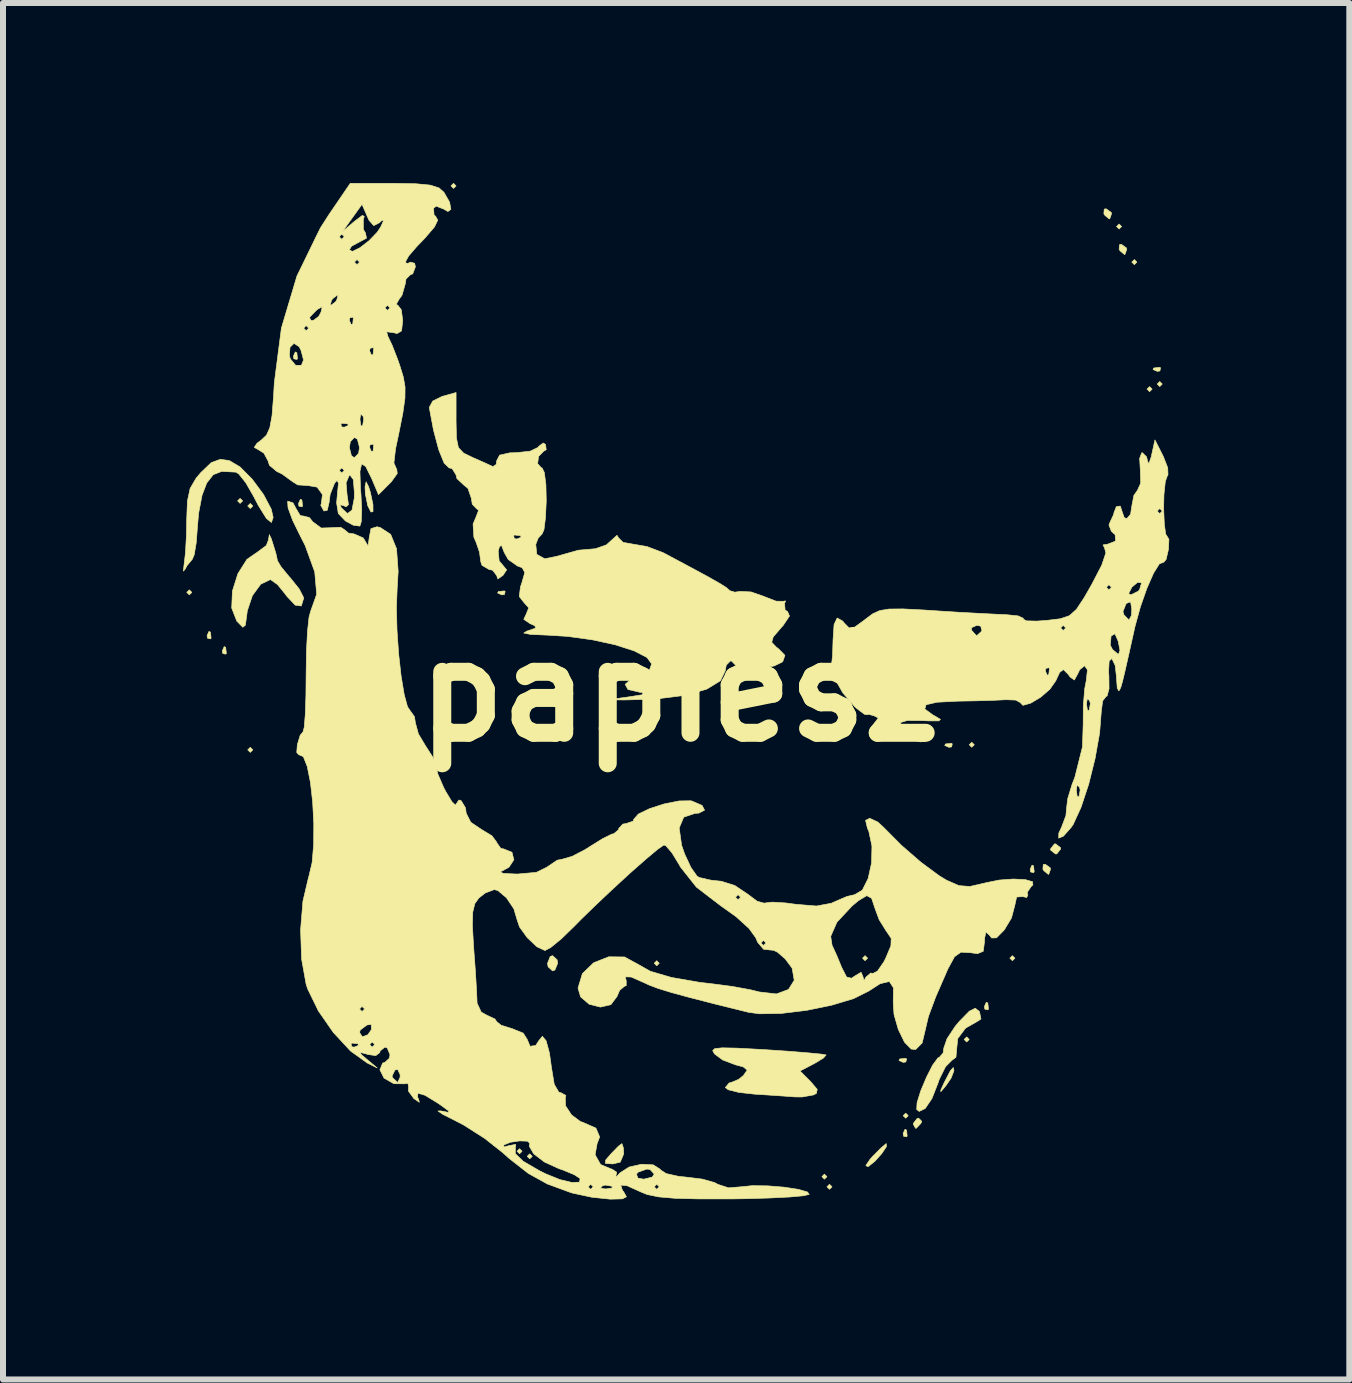
<source format=kicad_pcb>
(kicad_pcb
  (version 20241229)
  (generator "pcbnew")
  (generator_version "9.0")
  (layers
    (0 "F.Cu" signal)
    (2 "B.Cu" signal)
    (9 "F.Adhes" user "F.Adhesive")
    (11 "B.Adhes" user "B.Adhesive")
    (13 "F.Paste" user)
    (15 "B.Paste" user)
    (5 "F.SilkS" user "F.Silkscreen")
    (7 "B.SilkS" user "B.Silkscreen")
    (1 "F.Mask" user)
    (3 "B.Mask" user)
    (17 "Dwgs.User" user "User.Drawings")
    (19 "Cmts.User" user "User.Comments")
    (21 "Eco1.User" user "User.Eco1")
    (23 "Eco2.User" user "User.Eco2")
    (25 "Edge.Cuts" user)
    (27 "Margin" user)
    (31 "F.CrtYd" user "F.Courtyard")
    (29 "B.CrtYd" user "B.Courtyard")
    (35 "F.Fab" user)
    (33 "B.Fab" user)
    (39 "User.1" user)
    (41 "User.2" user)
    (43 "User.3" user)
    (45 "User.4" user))
  (footprint "papiesz"
    (layer "F.Cu")
    (at 8.275 8.472)
    (property "Reference" "papiesz" (at 0 0 0) (layer "F.SilkS") (effects (font (size 1.524 1.524) (thickness 0.3))))
    (attr through_hole)
    (fp_poly (pts (xy -8.128 -1.651) (xy -8.17 -1.609) (xy -8.213 -1.651) (xy -8.17 -1.693) (xy -8.128 -1.651)) (stroke (width 0.01) (type solid)) (fill yes) (layer "F.SilkS"))
    (fp_poly (pts (xy -7.281 -3.175) (xy -7.324 -3.133) (xy -7.366 -3.175) (xy -7.324 -3.217) (xy -7.281 -3.175)) (stroke (width 0.01) (type solid)) (fill yes) (layer "F.SilkS"))
    (fp_poly (pts (xy -7.112 -3.09) (xy -7.154 -3.048) (xy -7.197 -3.09) (xy -7.154 -3.133) (xy -7.112 -3.09)) (stroke (width 0.01) (type solid)) (fill yes) (layer "F.SilkS"))
    (fp_poly (pts (xy -7.112 0.974) (xy -7.154 1.016) (xy -7.197 0.974) (xy -7.154 0.931) (xy -7.112 0.974)) (stroke (width 0.01) (type solid)) (fill yes) (layer "F.SilkS"))
    (fp_poly (pts (xy -3.725 -8.424) (xy -3.768 -8.382) (xy -3.81 -8.424) (xy -3.768 -8.467) (xy -3.725 -8.424)) (stroke (width 0.01) (type solid)) (fill yes) (layer "F.SilkS"))
    (fp_poly (pts (xy -2.625 7.662) (xy -2.667 7.705) (xy -2.709 7.662) (xy -2.667 7.62) (xy -2.625 7.662)) (stroke (width 0.01) (type solid)) (fill yes) (layer "F.SilkS"))
    (fp_poly (pts (xy -2.455 7.747) (xy -2.498 7.789) (xy -2.54 7.747) (xy -2.498 7.705) (xy -2.455 7.747)) (stroke (width 0.01) (type solid)) (fill yes) (layer "F.SilkS"))
    (fp_poly (pts (xy -0.339 4.53) (xy -0.381 4.572) (xy -0.423 4.53) (xy -0.381 4.487) (xy -0.339 4.53)) (stroke (width 0.01) (type solid)) (fill yes) (layer "F.SilkS"))
    (fp_poly (pts (xy 2.371 -0.381) (xy 2.328 -0.339) (xy 2.286 -0.381) (xy 2.328 -0.423) (xy 2.371 -0.381)) (stroke (width 0.01) (type solid)) (fill yes) (layer "F.SilkS"))
    (fp_poly (pts (xy 2.455 8.086) (xy 2.413 8.128) (xy 2.371 8.086) (xy 2.413 8.043) (xy 2.455 8.086)) (stroke (width 0.01) (type solid)) (fill yes) (layer "F.SilkS"))
    (fp_poly (pts (xy 2.54 8.255) (xy 2.498 8.297) (xy 2.455 8.255) (xy 2.498 8.213) (xy 2.54 8.255)) (stroke (width 0.01) (type solid)) (fill yes) (layer "F.SilkS"))
    (fp_poly (pts (xy 3.133 4.445) (xy 3.09 4.487) (xy 3.048 4.445) (xy 3.09 4.403) (xy 3.133 4.445)) (stroke (width 0.01) (type solid)) (fill yes) (layer "F.SilkS"))
    (fp_poly (pts (xy 3.81 7.07) (xy 3.768 7.112) (xy 3.725 7.07) (xy 3.768 7.027) (xy 3.81 7.07)) (stroke (width 0.01) (type solid)) (fill yes) (layer "F.SilkS"))
    (fp_poly (pts (xy 4.826 5.8) (xy 4.784 5.842) (xy 4.741 5.8) (xy 4.784 5.757) (xy 4.826 5.8)) (stroke (width 0.01) (type solid)) (fill yes) (layer "F.SilkS"))
    (fp_poly (pts (xy 4.911 0.889) (xy 4.868 0.931) (xy 4.826 0.889) (xy 4.868 0.847) (xy 4.911 0.889)) (stroke (width 0.01) (type solid)) (fill yes) (layer "F.SilkS"))
    (fp_poly (pts (xy 5.588 4.445) (xy 5.546 4.487) (xy 5.503 4.445) (xy 5.546 4.403) (xy 5.588 4.445)) (stroke (width 0.01) (type solid)) (fill yes) (layer "F.SilkS"))
    (fp_poly (pts (xy 7.366 -7.747) (xy 7.324 -7.705) (xy 7.281 -7.747) (xy 7.324 -7.789) (xy 7.366 -7.747)) (stroke (width 0.01) (type solid)) (fill yes) (layer "F.SilkS"))
    (fp_poly (pts (xy 7.62 -7.154) (xy 7.578 -7.112) (xy 7.535 -7.154) (xy 7.578 -7.197) (xy 7.62 -7.154)) (stroke (width 0.01) (type solid)) (fill yes) (layer "F.SilkS"))
    (fp_poly (pts (xy 7.874 -5.038) (xy 7.832 -4.995) (xy 7.789 -5.038) (xy 7.832 -5.08) (xy 7.874 -5.038)) (stroke (width 0.01) (type solid)) (fill yes) (layer "F.SilkS"))
    (fp_poly (pts (xy 8.043 -5.122) (xy 8.001 -5.08) (xy 7.959 -5.122) (xy 8.001 -5.165) (xy 8.043 -5.122)) (stroke (width 0.01) (type solid)) (fill yes) (layer "F.SilkS"))
    (fp_poly (pts (xy -7.818 -0.988) (xy -7.807 -0.887) (xy -7.818 -0.875) (xy -7.868 -0.887) (xy -7.874 -0.931) (xy -7.843 -1.001) (xy -7.818 -0.988)) (stroke (width 0.01) (type solid)) (fill yes) (layer "F.SilkS"))
    (fp_poly (pts (xy -7.564 -0.734) (xy -7.553 -0.633) (xy -7.564 -0.621) (xy -7.614 -0.633) (xy -7.62 -0.677) (xy -7.589 -0.747) (xy -7.564 -0.734)) (stroke (width 0.01) (type solid)) (fill yes) (layer "F.SilkS"))
    (fp_poly (pts (xy -6.378 -5.644) (xy -6.368 -5.544) (xy -6.378 -5.532) (xy -6.429 -5.543) (xy -6.435 -5.588) (xy -6.404 -5.658) (xy -6.378 -5.644)) (stroke (width 0.01) (type solid)) (fill yes) (layer "F.SilkS"))
    (fp_poly (pts (xy -6.294 -3.189) (xy -6.283 -3.089) (xy -6.294 -3.076) (xy -6.344 -3.088) (xy -6.35 -3.133) (xy -6.319 -3.202) (xy -6.294 -3.189)) (stroke (width 0.01) (type solid)) (fill yes) (layer "F.SilkS"))
    (fp_poly (pts (xy -2.907 -1.665) (xy -2.919 -1.615) (xy -2.963 -1.609) (xy -3.033 -1.64) (xy -3.02 -1.665) (xy -2.919 -1.675) (xy -2.907 -1.665)) (stroke (width 0.01) (type solid)) (fill yes) (layer "F.SilkS"))
    (fp_poly (pts (xy 3.782 6.124) (xy 3.77 6.175) (xy 3.725 6.181) (xy 3.656 6.15) (xy 3.669 6.124) (xy 3.769 6.114) (xy 3.782 6.124)) (stroke (width 0.01) (type solid)) (fill yes) (layer "F.SilkS"))
    (fp_poly (pts (xy 3.782 7.31) (xy 3.792 7.41) (xy 3.782 7.422) (xy 3.731 7.411) (xy 3.725 7.366) (xy 3.756 7.296) (xy 3.782 7.31)) (stroke (width 0.01) (type solid)) (fill yes) (layer "F.SilkS"))
    (fp_poly (pts (xy 4.126 0.796) (xy 4.1 0.834) (xy 4.015 0.84) (xy 3.924 0.819) (xy 3.963 0.789) (xy 4.096 0.779) (xy 4.126 0.796)) (stroke (width 0.01) (type solid)) (fill yes) (layer "F.SilkS"))
    (fp_poly (pts (xy 4.544 0.875) (xy 4.532 0.925) (xy 4.487 0.931) (xy 4.418 0.9) (xy 4.431 0.875) (xy 4.531 0.865) (xy 4.544 0.875)) (stroke (width 0.01) (type solid)) (fill yes) (layer "F.SilkS"))
    (fp_poly (pts (xy 5.136 5.193) (xy 5.147 5.293) (xy 5.136 5.306) (xy 5.086 5.294) (xy 5.08 5.249) (xy 5.111 5.18) (xy 5.136 5.193)) (stroke (width 0.01) (type solid)) (fill yes) (layer "F.SilkS"))
    (fp_poly (pts (xy 5.898 2.907) (xy 5.909 3.007) (xy 5.898 3.02) (xy 5.848 3.008) (xy 5.842 2.963) (xy 5.873 2.894) (xy 5.898 2.907)) (stroke (width 0.01) (type solid)) (fill yes) (layer "F.SilkS"))
    (fp_poly (pts (xy 8.015 -5.39) (xy 8.003 -5.34) (xy 7.959 -5.334) (xy 7.889 -5.365) (xy 7.902 -5.39) (xy 8.003 -5.401) (xy 8.015 -5.39)) (stroke (width 0.01) (type solid)) (fill yes) (layer "F.SilkS"))
    (fp_poly (pts (xy -2.042 4.471) (xy -2.032 4.53) (xy -2.078 4.642) (xy -2.117 4.657) (xy -2.192 4.588) (xy -2.201 4.53) (xy -2.156 4.417) (xy -2.117 4.403) (xy -2.042 4.471)) (stroke (width 0.01) (type solid)) (fill yes) (layer "F.SilkS"))
    (fp_poly (pts (xy 4.035 7.164) (xy 4.022 7.197) (xy 3.946 7.277) (xy 3.932 7.281) (xy 3.896 7.216) (xy 3.895 7.197) (xy 3.96 7.115) (xy 3.984 7.112) (xy 4.035 7.164)) (stroke (width 0.01) (type solid)) (fill yes) (layer "F.SilkS"))
    (fp_poly (pts (xy 4.572 6.32) (xy 4.524 6.444) (xy 4.44 6.567) (xy 4.353 6.671) (xy 4.353 6.642) (xy 4.409 6.519) (xy 4.511 6.322) (xy 4.561 6.267) (xy 4.572 6.32)) (stroke (width 0.01) (type solid)) (fill yes) (layer "F.SilkS"))
    (fp_poly (pts (xy 6.177 2.94) (xy 6.181 2.963) (xy 6.152 3.046) (xy 6.143 3.048) (xy 6.071 2.989) (xy 6.054 2.963) (xy 6.06 2.885) (xy 6.091 2.879) (xy 6.177 2.94)) (stroke (width 0.01) (type solid)) (fill yes) (layer "F.SilkS"))
    (fp_poly (pts (xy 6.348 2.604) (xy 6.35 2.625) (xy 6.286 2.707) (xy 6.265 2.709) (xy 6.183 2.645) (xy 6.181 2.625) (xy 6.245 2.542) (xy 6.265 2.54) (xy 6.348 2.604)) (stroke (width 0.01) (type solid)) (fill yes) (layer "F.SilkS"))
    (fp_poly (pts (xy 7.193 -7.982) (xy 7.197 -7.959) (xy 7.168 -7.876) (xy 7.159 -7.874) (xy 7.087 -7.933) (xy 7.07 -7.959) (xy 7.076 -8.037) (xy 7.107 -8.043) (xy 7.193 -7.982)) (stroke (width 0.01) (type solid)) (fill yes) (layer "F.SilkS"))
    (fp_poly (pts (xy 7.447 -7.389) (xy 7.451 -7.366) (xy 7.422 -7.284) (xy 7.413 -7.281) (xy 7.341 -7.341) (xy 7.324 -7.366) (xy 7.33 -7.444) (xy 7.361 -7.451) (xy 7.447 -7.389)) (stroke (width 0.01) (type solid)) (fill yes) (layer "F.SilkS"))
    (fp_poly (pts (xy -5.183 -3.413) (xy -5.152 -3.314) (xy -5.11 -3.116) (xy -5.109 -2.997) (xy -5.143 -2.989) (xy -5.197 -3.094) (xy -5.237 -3.293) (xy -5.242 -3.415) (xy -5.224 -3.493) (xy -5.183 -3.413)) (stroke (width 0.01) (type solid)) (fill yes) (layer "F.SilkS"))
    (fp_poly (pts (xy -0.937 7.607) (xy -0.931 7.705) (xy -0.989 7.844) (xy -1.114 7.874) (xy -1.238 7.865) (xy -1.232 7.809) (xy -1.143 7.705) (xy -1.021 7.58) (xy -0.961 7.535) (xy -0.937 7.607)) (stroke (width 0.01) (type solid)) (fill yes) (layer "F.SilkS"))
    (fp_poly (pts (xy 3.446 7.586) (xy 3.369 7.701) (xy 3.256 7.828) (xy 3.15 7.913) (xy 3.136 7.919) (xy 3.103 7.9) (xy 3.176 7.793) (xy 3.213 7.752) (xy 3.355 7.608) (xy 3.44 7.537) (xy 3.444 7.535) (xy 3.446 7.586)) (stroke (width 0.01) (type solid)) (fill yes) (layer "F.SilkS"))
    (fp_poly (pts (xy 4.996 5.334) (xy 4.997 5.335) (xy 5.022 5.459) (xy 4.971 5.493) (xy 4.765 5.611) (xy 4.635 5.784) (xy 4.619 5.941) (xy 4.605 6.097) (xy 4.536 6.148) (xy 4.43 6.256) (xy 4.328 6.462) (xy 4.305 6.529) (xy 4.205 6.784) (xy 4.093 6.95) (xy 3.992 6.999) (xy 3.951 6.966) (xy 3.957 6.853) (xy 4.019 6.654) (xy 4.115 6.426) (xy 4.218 6.224) (xy 4.305 6.107) (xy 4.329 6.096) (xy 4.391 6.026) (xy 4.403 5.942) (xy 4.456 5.788) (xy 4.592 5.582) (xy 4.661 5.499) (xy 4.827 5.329) (xy 4.927 5.279) (xy 4.996 5.334)) (stroke (width 0.01) (type solid)) (fill yes) (layer "F.SilkS"))
    (fp_poly (pts (xy -6.802 -2.54) (xy -6.728 -2.302) (xy -6.701 -2.178) (xy -6.643 -2.079) (xy -6.51 -1.917) (xy -6.479 -1.883) (xy -6.338 -1.706) (xy -6.267 -1.567) (xy -6.265 -1.551) (xy -6.304 -1.424) (xy -6.406 -1.438) (xy -6.548 -1.589) (xy -6.565 -1.614) (xy -6.7 -1.78) (xy -6.813 -1.861) (xy -6.824 -1.862) (xy -6.98 -1.787) (xy -7.119 -1.597) (xy -7.204 -1.343) (xy -7.211 -1.287) (xy -7.236 -1.104) (xy -7.278 -1.069) (xy -7.369 -1.161) (xy -7.38 -1.174) (xy -7.464 -1.39) (xy -7.452 -1.672) (xy -7.361 -1.962) (xy -7.21 -2.201) (xy -7.027 -2.328) (xy -6.887 -2.432) (xy -6.851 -2.525) (xy -6.837 -2.614) (xy -6.802 -2.54)) (stroke (width 0.01) (type solid)) (fill yes) (layer "F.SilkS"))
    (fp_poly (pts (xy -7.504 -3.847) (xy -7.325 -3.741) (xy -7.12 -3.534) (xy -6.933 -3.281) (xy -6.805 -3.038) (xy -6.773 -2.899) (xy -6.802 -2.815) (xy -6.886 -2.883) (xy -7.02 -3.099) (xy -7.1 -3.253) (xy -7.229 -3.477) (xy -7.345 -3.623) (xy -7.393 -3.654) (xy -7.629 -3.667) (xy -7.771 -3.612) (xy -7.88 -3.473) (xy -7.958 -3.269) (xy -8.015 -2.971) (xy -8.034 -2.753) (xy -8.055 -2.477) (xy -8.089 -2.276) (xy -8.12 -2.203) (xy -8.211 -2.093) (xy -8.243 -2.032) (xy -8.27 -2.005) (xy -8.257 -2.117) (xy -8.234 -2.315) (xy -8.218 -2.61) (xy -8.214 -2.856) (xy -8.202 -3.171) (xy -8.157 -3.382) (xy -8.058 -3.552) (xy -7.979 -3.646) (xy -7.803 -3.814) (xy -7.653 -3.868) (xy -7.504 -3.847)) (stroke (width 0.01) (type solid)) (fill yes) (layer "F.SilkS"))
    (fp_poly (pts (xy 0.95 5.944) (xy 1.327 5.964) (xy 1.443 5.971) (xy 1.829 5.997) (xy 2.147 6.023) (xy 2.363 6.044) (xy 2.442 6.058) (xy 2.397 6.109) (xy 2.249 6.199) (xy 2.239 6.204) (xy 2.007 6.325) (xy 2.182 6.5) (xy 2.293 6.631) (xy 2.28 6.699) (xy 2.23 6.724) (xy 2.042 6.758) (xy 1.919 6.757) (xy 1.734 6.743) (xy 1.453 6.724) (xy 1.249 6.711) (xy 0.987 6.682) (xy 0.811 6.638) (xy 0.762 6.6) (xy 0.827 6.523) (xy 0.853 6.519) (xy 0.983 6.465) (xy 1.064 6.399) (xy 1.126 6.31) (xy 1.06 6.256) (xy 0.937 6.224) (xy 0.719 6.142) (xy 0.581 6.04) (xy 0.551 5.985) (xy 0.586 5.952) (xy 0.711 5.939) (xy 0.95 5.944)) (stroke (width 0.01) (type solid)) (fill yes) (layer "F.SilkS"))
    (fp_poly (pts (xy -3.725 -4.499) (xy -3.719 -4.223) (xy -3.686 -4.064) (xy -3.6 -3.972) (xy -3.45 -3.899) (xy -3.248 -3.81) (xy -3.119 -3.75) (xy -3.111 -3.746) (xy -3.057 -3.782) (xy -3.048 -3.845) (xy -2.999 -3.938) (xy -2.829 -3.976) (xy -2.716 -3.979) (xy -2.489 -4.004) (xy -2.357 -4.068) (xy -2.347 -4.085) (xy -2.273 -4.14) (xy -2.234 -4.116) (xy -2.223 -4.028) (xy -2.265 -4.003) (xy -2.35 -3.916) (xy -2.366 -3.796) (xy -2.304 -3.726) (xy -2.292 -3.725) (xy -2.254 -3.648) (xy -2.228 -3.446) (xy -2.222 -3.175) (xy -2.235 -2.895) (xy -2.26 -2.696) (xy -2.291 -2.625) (xy -2.357 -2.554) (xy -2.397 -2.45) (xy -2.38 -2.284) (xy -2.248 -2.211) (xy -2.053 -2.25) (xy -1.685 -2.354) (xy -1.403 -2.378) (xy -1.22 -2.442) (xy -1.131 -2.523) (xy -1.043 -2.602) (xy -1.019 -2.561) (xy -0.943 -2.484) (xy -0.78 -2.455) (xy -0.546 -2.415) (xy -0.283 -2.316) (xy -0.251 -2.3) (xy 0.174 -2.073) (xy 0.472 -1.912) (xy 0.664 -1.803) (xy 0.773 -1.735) (xy 0.822 -1.693) (xy 0.83 -1.681) (xy 0.92 -1.654) (xy 1.01 -1.667) (xy 1.191 -1.658) (xy 1.412 -1.581) (xy 1.419 -1.577) (xy 1.608 -1.504) (xy 1.732 -1.502) (xy 1.739 -1.506) (xy 1.767 -1.507) (xy 1.749 -1.468) (xy 1.758 -1.357) (xy 1.799 -1.331) (xy 1.831 -1.257) (xy 1.726 -1.1) (xy 1.693 -1.063) (xy 1.56 -0.908) (xy 1.535 -0.819) (xy 1.611 -0.739) (xy 1.646 -0.713) (xy 1.755 -0.602) (xy 1.721 -0.503) (xy 1.706 -0.487) (xy 1.577 -0.425) (xy 1.373 -0.387) (xy 1.157 -0.375) (xy 0.989 -0.394) (xy 0.931 -0.439) (xy 0.866 -0.506) (xy 0.847 -0.508) (xy 0.777 -0.438) (xy 0.762 -0.348) (xy 0.681 -0.178) (xy 0.452 -0.038) (xy 0.092 0.065) (xy -0.378 0.124) (xy -0.593 0.134) (xy -0.919 0.142) (xy -1.087 0.141) (xy -1.104 0.131) (xy -0.981 0.109) (xy -0.847 0.091) (xy -0.613 0.054) (xy -0.542 0.03) (xy -0.628 0.016) (xy -0.663 0.014) (xy -0.861 -0.032) (xy -0.907 -0.119) (xy -0.8 -0.213) (xy -0.671 -0.255) (xy -0.504 -0.352) (xy -0.466 -0.459) (xy -0.544 -0.566) (xy -0.758 -0.676) (xy -1.072 -0.777) (xy -1.453 -0.86) (xy -1.865 -0.917) (xy -2.201 -0.938) (xy -2.483 -0.95) (xy -2.597 -0.973) (xy -2.542 -1.007) (xy -2.54 -1.007) (xy -2.4 -1.055) (xy -2.412 -1.095) (xy -2.491 -1.129) (xy -2.597 -1.201) (xy -2.557 -1.287) (xy -2.514 -1.393) (xy -2.59 -1.477) (xy -2.672 -1.582) (xy -2.652 -1.743) (xy -2.629 -1.809) (xy -2.58 -1.982) (xy -2.624 -2.062) (xy -2.701 -2.09) (xy -2.856 -2.199) (xy -2.922 -2.315) (xy -2.97 -2.439) (xy -3.004 -2.406) (xy -3.023 -2.338) (xy -3.007 -2.175) (xy -2.951 -2.109) (xy -2.882 -2.026) (xy -2.943 -1.934) (xy -3.029 -1.874) (xy -3.048 -1.93) (xy -3.116 -2.02) (xy -3.175 -2.032) (xy -3.293 -2.101) (xy -3.313 -2.159) (xy -3.335 -2.322) (xy -3.391 -2.485) (xy -3.429 -2.572) (xy -3.43 -2.596) (xy -2.766 -2.596) (xy -2.754 -2.546) (xy -2.709 -2.54) (xy -2.64 -2.571) (xy -2.653 -2.596) (xy -2.753 -2.607) (xy -2.766 -2.596) (xy -3.43 -2.596) (xy -3.442 -2.79) (xy -3.399 -2.89) (xy -3.35 -3.018) (xy -3.386 -3.048) (xy -3.455 -3.119) (xy -3.471 -3.22) (xy -3.527 -3.383) (xy -3.598 -3.441) (xy -3.711 -3.547) (xy -3.725 -3.607) (xy -3.791 -3.714) (xy -3.841 -3.725) (xy -3.924 -3.805) (xy -4.013 -4.024) (xy -4.101 -4.354) (xy -4.172 -4.733) (xy -4.114 -4.839) (xy -3.958 -4.916) (xy -3.725 -4.981) (xy -3.725 -4.499)) (stroke (width 0.01) (type solid)) (fill yes) (layer "F.SilkS"))
    (fp_poly (pts (xy 8.06 -3.917) (xy 8.134 -3.727) (xy 8.139 -3.609) (xy 8.13 -3.6) (xy 8.094 -3.499) (xy 8.071 -3.28) (xy 8.066 -3.052) (xy 8.077 -2.792) (xy 8.1 -2.622) (xy 8.126 -2.581) (xy 8.154 -2.534) (xy 8.147 -2.374) (xy 8.145 -2.362) (xy 8.107 -2.199) (xy 8.066 -2.151) (xy 8.064 -2.153) (xy 7.995 -2.126) (xy 7.898 -1.971) (xy 7.788 -1.721) (xy 7.679 -1.411) (xy 7.587 -1.076) (xy 7.579 -1.039) (xy 7.486 -0.621) (xy 7.422 -0.339) (xy 7.38 -0.165) (xy 7.353 -0.071) (xy 7.333 -0.027) (xy 7.319 -0.009) (xy 7.293 -0.055) (xy 7.281 -0.218) (xy 7.281 -0.235) (xy 7.258 -0.434) (xy 7.203 -0.547) (xy 7.202 -0.547) (xy 7.158 -0.506) (xy 7.149 -0.334) (xy 7.154 -0.256) (xy 7.156 -0.044) (xy 7.124 0.075) (xy 7.106 0.085) (xy 7.05 0.158) (xy 7.027 0.332) (xy 6.999 0.693) (xy 6.924 1.116) (xy 6.817 1.546) (xy 6.69 1.93) (xy 6.56 2.214) (xy 6.528 2.262) (xy 6.396 2.412) (xy 6.317 2.445) (xy 6.319 2.361) (xy 6.364 2.265) (xy 6.438 2.067) (xy 6.449 1.94) (xy 6.468 1.785) (xy 6.511 1.644) (xy 6.611 1.644) (xy 6.626 1.754) (xy 6.655 1.755) (xy 6.675 1.642) (xy 6.662 1.593) (xy 6.624 1.561) (xy 6.611 1.644) (xy 6.511 1.644) (xy 6.54 1.549) (xy 6.586 1.432) (xy 6.713 0.925) (xy 6.725 0.56) (xy 6.727 0.24) (xy 6.73 0.205) (xy 6.78 0.205) (xy 6.796 0.314) (xy 6.824 0.316) (xy 6.845 0.202) (xy 6.831 0.153) (xy 6.794 0.121) (xy 6.78 0.205) (xy 6.73 0.205) (xy 6.751 -0.048) (xy 6.777 -0.181) (xy 6.796 -0.36) (xy 6.749 -0.428) (xy 6.668 -0.363) (xy 6.63 -0.284) (xy 6.578 -0.19) (xy 6.51 -0.238) (xy 6.474 -0.286) (xy 6.396 -0.364) (xy 6.333 -0.317) (xy 6.268 -0.176) (xy 6.169 -0.035) (xy 6.015 0.098) (xy 5.85 0.196) (xy 5.721 0.232) (xy 5.673 0.183) (xy 5.6 0.144) (xy 5.44 0.138) (xy 5.234 0.148) (xy 4.929 0.157) (xy 4.636 0.162) (xy 4.289 0.18) (xy 4.107 0.222) (xy 4.086 0.293) (xy 4.222 0.393) (xy 4.255 0.41) (xy 4.347 0.467) (xy 4.319 0.491) (xy 4.15 0.491) (xy 4.042 0.486) (xy 3.794 0.484) (xy 3.686 0.517) (xy 3.682 0.578) (xy 3.653 0.616) (xy 3.506 0.553) (xy 3.429 0.508) (xy 3.247 0.409) (xy 3.143 0.379) (xy 3.133 0.389) (xy 3.08 0.381) (xy 2.948 0.281) (xy 2.912 0.248) (xy 2.72 0.024) (xy 2.582 -0.219) (xy 2.551 -0.339) (xy 6.096 -0.339) (xy 6.127 -0.269) (xy 6.152 -0.282) (xy 6.163 -0.383) (xy 6.152 -0.395) (xy 6.102 -0.383) (xy 6.096 -0.339) (xy 2.551 -0.339) (xy 2.529 -0.423) (xy 2.534 -0.466) (xy 2.549 -0.602) (xy 2.554 -0.768) (xy 7.177 -0.768) (xy 7.214 -0.699) (xy 7.312 -0.616) (xy 7.338 -0.683) (xy 7.309 -0.836) (xy 7.255 -0.96) (xy 7.193 -0.925) (xy 7.19 -0.92) (xy 7.177 -0.768) (xy 2.554 -0.768) (xy 2.556 -0.823) (xy 2.556 -0.847) (xy 2.574 -1.116) (xy 2.626 -1.224) (xy 2.717 -1.173) (xy 2.744 -1.14) (xy 2.824 -1.059) (xy 2.839 -1.061) (xy 4.862 -1.061) (xy 4.868 -1.016) (xy 4.941 -0.935) (xy 4.953 -0.931) (xy 5.02 -0.99) (xy 5.038 -1.016) (xy 5.026 -1.058) (xy 6.35 -1.058) (xy 6.392 -1.016) (xy 6.435 -1.058) (xy 6.392 -1.101) (xy 6.35 -1.058) (xy 5.026 -1.058) (xy 5.018 -1.088) (xy 4.953 -1.101) (xy 4.862 -1.061) (xy 2.839 -1.061) (xy 2.918 -1.072) (xy 3.079 -1.189) (xy 3.095 -1.202) (xy 3.215 -1.292) (xy 3.334 -1.347) (xy 3.49 -1.373) (xy 3.722 -1.375) (xy 4.07 -1.357) (xy 4.233 -1.346) (xy 4.643 -1.32) (xy 5.025 -1.299) (xy 5.325 -1.284) (xy 5.445 -1.279) (xy 5.64 -1.259) (xy 5.728 -1.219) (xy 5.727 -1.205) (xy 5.779 -1.176) (xy 5.955 -1.172) (xy 6.12 -1.184) (xy 6.344 -1.211) (xy 6.495 -1.262) (xy 6.572 -1.331) (xy 7.388 -1.331) (xy 7.404 -1.277) (xy 7.488 -1.19) (xy 7.53 -1.268) (xy 7.535 -1.372) (xy 7.515 -1.494) (xy 7.443 -1.466) (xy 7.441 -1.464) (xy 7.388 -1.331) (xy 6.572 -1.331) (xy 6.613 -1.368) (xy 6.742 -1.563) (xy 6.781 -1.631) (xy 7.482 -1.631) (xy 7.52 -1.609) (xy 7.644 -1.671) (xy 7.666 -1.699) (xy 7.698 -1.809) (xy 7.632 -1.818) (xy 7.537 -1.738) (xy 7.482 -1.631) (xy 6.781 -1.631) (xy 6.841 -1.736) (xy 7.112 -1.736) (xy 7.154 -1.693) (xy 7.197 -1.736) (xy 7.154 -1.778) (xy 7.112 -1.736) (xy 6.841 -1.736) (xy 6.865 -1.778) (xy 7.035 -2.105) (xy 7.103 -2.308) (xy 7.081 -2.391) (xy 7.056 -2.442) (xy 7.133 -2.454) (xy 7.264 -2.505) (xy 7.258 -2.611) (xy 7.195 -2.668) (xy 7.154 -2.773) (xy 7.173 -2.821) (xy 7.233 -2.949) (xy 7.238 -2.977) (xy 7.278 -3.08) (xy 7.344 -3.089) (xy 7.366 -3.02) (xy 7.408 -2.898) (xy 7.451 -2.879) (xy 7.515 -2.951) (xy 7.523 -3.006) (xy 7.959 -3.006) (xy 8.001 -2.963) (xy 8.043 -3.006) (xy 8.001 -3.048) (xy 7.959 -3.006) (xy 7.523 -3.006) (xy 7.535 -3.085) (xy 7.57 -3.267) (xy 7.629 -3.35) (xy 7.684 -3.471) (xy 7.677 -3.691) (xy 7.677 -3.694) (xy 7.666 -3.884) (xy 7.701 -3.977) (xy 7.71 -3.979) (xy 7.782 -3.909) (xy 7.799 -3.831) (xy 7.82 -3.797) (xy 7.859 -3.908) (xy 7.865 -3.937) (xy 7.921 -4.191) (xy 8.06 -3.917)) (stroke (width 0.01) (type solid)) (fill yes) (layer "F.SilkS"))
    (fp_poly (pts (xy -4.393 -8.46) (xy -4.153 -8.437) (xy -4.009 -8.39) (xy -3.928 -8.319) (xy -3.833 -8.154) (xy -3.811 -8.033) (xy -3.861 -7.997) (xy -3.929 -8.037) (xy -4.056 -8.087) (xy -4.1 -8.053) (xy -4.092 -7.941) (xy -4.066 -7.918) (xy -4.03 -7.854) (xy -4.084 -7.741) (xy -4.243 -7.555) (xy -4.381 -7.412) (xy -4.516 -7.255) (xy -4.572 -7.151) (xy -4.534 -7.13) (xy -4.487 -7.154) (xy -4.415 -7.135) (xy -4.403 -7.075) (xy -4.447 -6.959) (xy -4.487 -6.943) (xy -4.559 -6.873) (xy -4.572 -6.79) (xy -4.626 -6.602) (xy -4.674 -6.536) (xy -4.722 -6.451) (xy -4.695 -6.435) (xy -4.638 -6.361) (xy -4.614 -6.184) (xy -4.614 -6.182) (xy -4.633 -6.008) (xy -4.707 -5.964) (xy -4.773 -5.979) (xy -4.882 -5.993) (xy -4.86 -5.915) (xy -4.79 -5.768) (xy -4.698 -5.532) (xy -4.659 -5.419) (xy -4.603 -5.236) (xy -4.575 -5.072) (xy -4.577 -4.886) (xy -4.612 -4.637) (xy -4.682 -4.285) (xy -4.733 -4.046) (xy -4.761 -3.807) (xy -4.715 -3.702) (xy -4.713 -3.702) (xy -4.705 -3.631) (xy -4.801 -3.497) (xy -4.821 -3.476) (xy -5.018 -3.279) (xy -5.13 -3.545) (xy -5.232 -3.75) (xy -5.299 -3.791) (xy -5.327 -3.667) (xy -5.318 -3.381) (xy -5.311 -3.302) (xy -5.297 -3.027) (xy -5.305 -2.827) (xy -5.328 -2.755) (xy -5.437 -2.769) (xy -5.569 -2.841) (xy -5.687 -2.964) (xy -5.711 -3.112) (xy -5.659 -3.112) (xy -5.638 -3.061) (xy -5.536 -2.964) (xy -5.46 -3.021) (xy -5.421 -3.221) (xy -5.419 -3.307) (xy -5.437 -3.53) (xy -5.491 -3.602) (xy -5.508 -3.595) (xy -5.558 -3.476) (xy -5.542 -3.283) (xy -5.518 -3.112) (xy -5.559 -3.077) (xy -5.592 -3.093) (xy -5.659 -3.112) (xy -5.711 -3.112) (xy -5.716 -3.141) (xy -5.703 -3.282) (xy -5.685 -3.473) (xy -5.709 -3.515) (xy -5.749 -3.471) (xy -5.823 -3.285) (xy -5.841 -3.149) (xy -5.872 -3.017) (xy -5.928 -3.007) (xy -5.98 -3.103) (xy -5.97 -3.131) (xy -5.952 -3.281) (xy -6.04 -3.404) (xy -6.182 -3.429) (xy -6.364 -3.442) (xy -6.447 -3.494) (xy -6.628 -3.625) (xy -6.71 -3.664) (xy -6.733 -3.683) (xy -5.673 -3.683) (xy -5.63 -3.641) (xy -5.588 -3.683) (xy -5.63 -3.725) (xy -5.673 -3.683) (xy -6.733 -3.683) (xy -6.835 -3.768) (xy -6.858 -3.841) (xy -6.927 -3.97) (xy -7 -4.016) (xy -7.082 -4.064) (xy -5.503 -4.064) (xy -5.468 -3.926) (xy -5.419 -3.895) (xy -5.35 -3.966) (xy -5.334 -4.064) (xy -5.165 -4.064) (xy -5.134 -3.994) (xy -5.108 -4.008) (xy -5.098 -4.108) (xy -5.108 -4.12) (xy -5.159 -4.109) (xy -5.165 -4.064) (xy -5.334 -4.064) (xy -5.369 -4.202) (xy -5.419 -4.233) (xy -5.487 -4.162) (xy -5.503 -4.064) (xy -7.082 -4.064) (xy -7.088 -4.067) (xy -7.042 -4.136) (xy -6.967 -4.192) (xy -6.884 -4.271) (xy -6.829 -4.393) (xy -6.817 -4.459) (xy -5.644 -4.459) (xy -5.633 -4.409) (xy -5.588 -4.403) (xy -5.518 -4.434) (xy -5.532 -4.459) (xy -5.632 -4.469) (xy -5.644 -4.459) (xy -6.817 -4.459) (xy -6.802 -4.537) (xy -5.327 -4.537) (xy -5.312 -4.427) (xy -5.283 -4.426) (xy -5.263 -4.539) (xy -5.276 -4.588) (xy -5.314 -4.62) (xy -5.327 -4.537) (xy -6.802 -4.537) (xy -6.792 -4.594) (xy -6.767 -4.909) (xy -6.754 -5.141) (xy -6.695 -5.599) (xy -6.503 -5.599) (xy -6.487 -5.542) (xy -6.399 -5.435) (xy -6.302 -5.435) (xy -6.267 -5.524) (xy -6.306 -5.673) (xy -5.165 -5.673) (xy -5.134 -5.603) (xy -5.108 -5.616) (xy -5.098 -5.717) (xy -5.108 -5.729) (xy -5.159 -5.717) (xy -5.165 -5.673) (xy -6.306 -5.673) (xy -6.311 -5.688) (xy -6.341 -5.745) (xy -6.426 -5.8) (xy -6.492 -5.735) (xy -6.503 -5.599) (xy -6.695 -5.599) (xy -6.636 -6.052) (xy -6.636 -6.054) (xy -6.265 -6.054) (xy -6.223 -6.011) (xy -6.181 -6.054) (xy -6.223 -6.096) (xy -6.265 -6.054) (xy -6.636 -6.054) (xy -6.583 -6.232) (xy -6.169 -6.232) (xy -6.142 -6.183) (xy -6.105 -6.181) (xy -5.503 -6.181) (xy -5.472 -6.111) (xy -5.447 -6.124) (xy -5.437 -6.225) (xy -5.447 -6.237) (xy -5.497 -6.225) (xy -5.503 -6.181) (xy -6.105 -6.181) (xy -6.014 -6.249) (xy -5.976 -6.32) (xy -5.959 -6.392) (xy -4.911 -6.392) (xy -4.868 -6.35) (xy -4.826 -6.392) (xy -4.868 -6.435) (xy -4.911 -6.392) (xy -5.959 -6.392) (xy -5.954 -6.411) (xy -6.027 -6.372) (xy -6.052 -6.352) (xy -6.169 -6.232) (xy -6.583 -6.232) (xy -6.521 -6.44) (xy -5.821 -6.44) (xy -5.81 -6.435) (xy -5.732 -6.494) (xy -5.715 -6.519) (xy -5.693 -6.598) (xy -5.705 -6.604) (xy -5.782 -6.544) (xy -5.8 -6.519) (xy -5.821 -6.44) (xy -6.521 -6.44) (xy -6.376 -6.925) (xy -6.264 -7.154) (xy -5.419 -7.154) (xy -5.376 -7.112) (xy -5.334 -7.154) (xy -5.376 -7.197) (xy -5.419 -7.154) (xy -6.264 -7.154) (xy -6.058 -7.578) (xy -5.673 -7.578) (xy -5.63 -7.535) (xy -5.588 -7.578) (xy -5.63 -7.62) (xy -5.673 -7.578) (xy -6.058 -7.578) (xy -6.016 -7.662) (xy -5.619 -7.662) (xy -5.42 -7.832) (xy -5.288 -7.932) (xy -5.255 -7.917) (xy -5.271 -7.863) (xy -5.27 -7.699) (xy -5.234 -7.639) (xy -5.218 -7.552) (xy -5.325 -7.496) (xy -5.467 -7.419) (xy -5.503 -7.358) (xy -5.452 -7.332) (xy -5.327 -7.394) (xy -5.174 -7.512) (xy -5.038 -7.654) (xy -4.982 -7.738) (xy -4.929 -7.855) (xy -4.967 -7.843) (xy -5.002 -7.811) (xy -5.097 -7.762) (xy -5.175 -7.85) (xy -5.203 -7.911) (xy -5.292 -8.117) (xy -5.455 -7.89) (xy -5.619 -7.662) (xy -6.016 -7.662) (xy -5.986 -7.724) (xy -5.843 -7.947) (xy -5.488 -8.467) (xy -4.764 -8.467) (xy -4.393 -8.46)) (stroke (width 0.01) (type solid)) (fill yes) (layer "F.SilkS"))
    (fp_poly (pts (xy -6.443 -3.143) (xy -6.392 -3.048) (xy -6.321 -2.93) (xy -6.264 -2.922) (xy -6.17 -2.898) (xy -6.112 -2.826) (xy -5.972 -2.723) (xy -5.811 -2.728) (xy -5.648 -2.736) (xy -5.588 -2.698) (xy -5.517 -2.638) (xy -5.425 -2.625) (xy -5.272 -2.558) (xy -5.223 -2.477) (xy -5.193 -2.424) (xy -5.175 -2.537) (xy -5.174 -2.553) (xy -5.143 -2.713) (xy -5.044 -2.744) (xy -4.989 -2.732) (xy -4.815 -2.618) (xy -4.717 -2.377) (xy -4.69 -2) (xy -4.707 -1.709) (xy -4.719 -1.389) (xy -4.709 -1.015) (xy -4.682 -0.625) (xy -4.641 -0.258) (xy -4.59 0.049) (xy -4.534 0.256) (xy -4.487 0.325) (xy -4.418 0.421) (xy -4.403 0.523) (xy -4.352 0.709) (xy -4.233 0.908) (xy -4.114 1.093) (xy -4.064 1.238) (xy -4.064 1.239) (xy -4.026 1.383) (xy -3.932 1.6) (xy -3.895 1.671) (xy -3.794 1.838) (xy -3.733 1.896) (xy -3.725 1.878) (xy -3.678 1.809) (xy -3.641 1.82) (xy -3.568 1.94) (xy -3.556 2.03) (xy -3.48 2.18) (xy -3.302 2.3) (xy -3.127 2.406) (xy -3.048 2.512) (xy -3.048 2.518) (xy -2.981 2.614) (xy -2.93 2.625) (xy -2.793 2.681) (xy -2.762 2.806) (xy -2.844 2.93) (xy -2.901 2.961) (xy -2.987 3.007) (xy -2.94 3.032) (xy -2.743 3.042) (xy -2.699 3.043) (xy -2.387 3.015) (xy -2.206 2.926) (xy -2.201 2.921) (xy -2.041 2.813) (xy -1.949 2.794) (xy -1.791 2.748) (xy -1.571 2.634) (xy -1.49 2.582) (xy -1.283 2.453) (xy -1.13 2.378) (xy -1.097 2.371) (xy -1.018 2.306) (xy -1.016 2.286) (xy -0.947 2.211) (xy -0.889 2.201) (xy -0.776 2.162) (xy -0.762 2.128) (xy -0.687 2.043) (xy -0.5 1.953) (xy -0.255 1.874) (xy -0.008 1.825) (xy 0.186 1.822) (xy 0.203 1.826) (xy 0.374 1.899) (xy 0.416 1.978) (xy 0.32 2.028) (xy 0.257 2.032) (xy 0.069 2.095) (xy -0.007 2.275) (xy 0.033 2.562) (xy 0.084 2.709) (xy 0.189 2.934) (xy 0.289 3.076) (xy 0.328 3.101) (xy 0.435 3.124) (xy 0.445 3.129) (xy 0.535 3.147) (xy 0.694 3.163) (xy 0.918 3.233) (xy 1.133 3.377) (xy 1.294 3.497) (xy 1.412 3.529) (xy 1.42 3.526) (xy 1.542 3.511) (xy 1.77 3.525) (xy 1.935 3.547) (xy 2.28 3.576) (xy 2.528 3.53) (xy 2.593 3.501) (xy 2.787 3.417) (xy 2.917 3.387) (xy 3.045 3.311) (xy 3.142 3.117) (xy 3.199 2.856) (xy 3.205 2.577) (xy 3.153 2.33) (xy 3.13 2.28) (xy 3.099 2.149) (xy 3.169 2.114) (xy 3.302 2.176) (xy 3.399 2.265) (xy 3.694 2.562) (xy 4.022 2.847) (xy 4.327 3.072) (xy 4.449 3.146) (xy 4.654 3.236) (xy 4.837 3.25) (xy 5.087 3.193) (xy 5.096 3.19) (xy 5.327 3.143) (xy 5.562 3.126) (xy 5.761 3.136) (xy 5.882 3.171) (xy 5.887 3.227) (xy 5.862 3.246) (xy 5.793 3.348) (xy 5.803 3.392) (xy 5.784 3.434) (xy 5.719 3.419) (xy 5.616 3.426) (xy 5.585 3.568) (xy 5.53 3.776) (xy 5.41 3.975) (xy 5.281 4.106) (xy 5.2 4.109) (xy 5.16 4.059) (xy 5.104 4.01) (xy 5.083 4.111) (xy 5.081 4.168) (xy 5.06 4.33) (xy 4.965 4.37) (xy 4.847 4.354) (xy 4.689 4.345) (xy 4.581 4.421) (xy 4.474 4.618) (xy 4.468 4.631) (xy 4.267 5.092) (xy 4.146 5.418) (xy 4.103 5.602) (xy 4.042 5.858) (xy 3.934 5.967) (xy 3.86 5.96) (xy 3.748 5.846) (xy 3.644 5.632) (xy 3.573 5.384) (xy 3.56 5.188) (xy 3.563 4.938) (xy 3.495 4.834) (xy 3.342 4.87) (xy 3.15 4.994) (xy 2.899 5.119) (xy 2.534 5.229) (xy 2.114 5.315) (xy 1.693 5.366) (xy 1.328 5.372) (xy 1.148 5.347) (xy 0.583 5.207) (xy 0.159 5.098) (xy -0.149 5.014) (xy -0.365 4.947) (xy -0.515 4.89) (xy -0.589 4.855) (xy -0.806 4.759) (xy -0.905 4.756) (xy -0.889 4.826) (xy -0.89 4.904) (xy -0.916 4.911) (xy -1 4.981) (xy -1.041 5.08) (xy -1.145 5.22) (xy -1.32 5.26) (xy -1.508 5.212) (xy -1.65 5.09) (xy -1.693 4.944) (xy -1.62 4.702) (xy -1.432 4.521) (xy -1.181 4.422) (xy -0.917 4.425) (xy -0.695 4.546) (xy -0.488 4.663) (xy -0.137 4.766) (xy 0.335 4.848) (xy 0.55 4.873) (xy 0.879 4.916) (xy 1.182 4.972) (xy 1.329 5.008) (xy 1.614 5.041) (xy 1.815 4.966) (xy 1.91 4.813) (xy 1.875 4.612) (xy 1.76 4.457) (xy 1.632 4.346) (xy 1.569 4.315) (xy 1.4 4.297) (xy 1.31 4.191) (xy 1.355 4.191) (xy 1.397 4.233) (xy 1.439 4.191) (xy 1.397 4.149) (xy 1.355 4.191) (xy 1.31 4.191) (xy 1.301 4.181) (xy 1.269 4.105) (xy 1.252 4.081) (xy 2.518 4.081) (xy 2.54 4.228) (xy 2.62 4.403) (xy 2.702 4.602) (xy 2.784 4.76) (xy 2.865 4.779) (xy 2.923 4.74) (xy 3.024 4.68) (xy 3.055 4.752) (xy 3.073 4.818) (xy 3.104 4.762) (xy 3.185 4.692) (xy 3.22 4.7) (xy 3.297 4.661) (xy 3.402 4.509) (xy 3.435 4.444) (xy 3.521 4.24) (xy 3.526 4.115) (xy 3.452 4.005) (xy 3.446 3.998) (xy 3.325 3.803) (xy 3.257 3.619) (xy 3.199 3.446) (xy 3.119 3.403) (xy 2.979 3.487) (xy 2.872 3.577) (xy 2.622 3.845) (xy 2.518 4.081) (xy 1.252 4.081) (xy 1.156 3.949) (xy 0.94 3.753) (xy 0.69 3.575) (xy 0.499 3.429) (xy 0.931 3.429) (xy 0.974 3.471) (xy 1.016 3.429) (xy 0.974 3.387) (xy 0.931 3.429) (xy 0.499 3.429) (xy 0.279 3.26) (xy 0.013 2.924) (xy -0.001 2.897) (xy -0.126 2.692) (xy -0.228 2.572) (xy -0.262 2.559) (xy -0.365 2.63) (xy -0.558 2.792) (xy -0.814 3.017) (xy -1.1 3.28) (xy -1.389 3.552) (xy -1.649 3.805) (xy -1.758 3.916) (xy -1.97 4.122) (xy -2.147 4.267) (xy -2.244 4.318) (xy -2.38 4.254) (xy -2.54 4.102) (xy -2.668 3.924) (xy -2.709 3.802) (xy -2.762 3.623) (xy -2.885 3.439) (xy -3.029 3.318) (xy -3.089 3.302) (xy -3.237 3.358) (xy -3.345 3.442) (xy -3.413 3.537) (xy -3.447 3.678) (xy -3.453 3.904) (xy -3.433 4.254) (xy -3.429 4.309) (xy -3.403 4.661) (xy -3.385 4.962) (xy -3.376 5.16) (xy -3.375 5.195) (xy -3.306 5.343) (xy -3.213 5.395) (xy -3.078 5.458) (xy -3.048 5.503) (xy -2.975 5.562) (xy -2.799 5.617) (xy -2.794 5.618) (xy -2.606 5.694) (xy -2.54 5.798) (xy -2.492 5.913) (xy -2.398 5.9) (xy -2.347 5.821) (xy -2.287 5.747) (xy -2.224 5.822) (xy -2.169 6.025) (xy -2.136 6.263) (xy -2.089 6.548) (xy -2.013 6.677) (xy -1.974 6.689) (xy -1.895 6.733) (xy -1.905 6.773) (xy -1.901 6.904) (xy -1.801 7.057) (xy -1.652 7.168) (xy -1.609 7.182) (xy -1.394 7.277) (xy -1.332 7.424) (xy -1.375 7.536) (xy -1.408 7.721) (xy -1.316 7.884) (xy -1.139 7.958) (xy -1.128 7.959) (xy -1.048 8.012) (xy -1.06 8.065) (xy -1.059 8.094) (xy -1.012 8.043) (xy -0.72 8.043) (xy -0.694 8.11) (xy -0.598 8.128) (xy -0.457 8.093) (xy -0.423 8.043) (xy -0.492 7.967) (xy -0.545 7.959) (xy -0.689 8.01) (xy -0.72 8.043) (xy -1.012 8.043) (xy -0.992 8.022) (xy -0.841 7.925) (xy -0.634 7.879) (xy -0.439 7.889) (xy -0.324 7.962) (xy -0.32 7.972) (xy -0.223 8.035) (xy -0.015 8.081) (xy 0.116 8.094) (xy 0.381 8.127) (xy 0.585 8.185) (xy 0.637 8.214) (xy 0.815 8.272) (xy 1.011 8.256) (xy 1.211 8.236) (xy 1.47 8.239) (xy 1.741 8.261) (xy 1.977 8.297) (xy 2.13 8.341) (xy 2.16 8.381) (xy 2.066 8.404) (xy 1.833 8.425) (xy 1.492 8.442) (xy 1.073 8.454) (xy 0.86 8.457) (xy 0.324 8.457) (xy -0.07 8.447) (xy -0.35 8.423) (xy -0.542 8.383) (xy -0.645 8.341) (xy -0.835 8.255) (xy -0.423 8.255) (xy -0.381 8.297) (xy -0.339 8.255) (xy -0.381 8.213) (xy -0.423 8.255) (xy -0.835 8.255) (xy -0.875 8.237) (xy -0.981 8.226) (xy -0.955 8.309) (xy -0.931 8.34) (xy -0.886 8.421) (xy -0.952 8.456) (xy -1.154 8.461) (xy -1.462 8.429) (xy -1.784 8.36) (xy -1.82 8.349) (xy -2.075 8.255) (xy -1.524 8.255) (xy -1.482 8.297) (xy -1.461 8.277) (xy -1.318 8.277) (xy -1.235 8.291) (xy -1.125 8.275) (xy -1.124 8.246) (xy -1.237 8.226) (xy -1.286 8.239) (xy -1.318 8.277) (xy -1.461 8.277) (xy -1.439 8.255) (xy -1.482 8.213) (xy -1.524 8.255) (xy -2.075 8.255) (xy -2.206 8.207) (xy -2.521 8.032) (xy -2.843 7.78) (xy -2.949 7.685) (xy -3.106 7.561) (xy -2.933 7.561) (xy -2.925 7.591) (xy -2.841 7.568) (xy -2.731 7.548) (xy -2.737 7.596) (xy -2.738 7.702) (xy -2.607 7.829) (xy -2.332 7.989) (xy -2.231 8.039) (xy -1.994 8.135) (xy -1.793 8.183) (xy -1.668 8.177) (xy -1.658 8.117) (xy -1.756 8.053) (xy -1.952 7.972) (xy -2.012 7.952) (xy -2.253 7.842) (xy -2.431 7.706) (xy -2.506 7.577) (xy -2.496 7.532) (xy -2.533 7.495) (xy -2.665 7.49) (xy -2.82 7.513) (xy -2.93 7.558) (xy -2.933 7.561) (xy -3.106 7.561) (xy -3.248 7.449) (xy -3.594 7.228) (xy -3.753 7.145) (xy -3.949 7.046) (xy -4.027 6.991) (xy -3.979 6.99) (xy -3.852 7.015) (xy -3.851 6.989) (xy -3.983 6.892) (xy -4.022 6.865) (xy -4.242 6.73) (xy -4.362 6.695) (xy -4.366 6.764) (xy -4.349 6.795) (xy -4.337 6.847) (xy -4.428 6.785) (xy -4.52 6.659) (xy -4.517 6.583) (xy -4.528 6.53) (xy -4.581 6.539) (xy -4.762 6.537) (xy -4.925 6.444) (xy -4.942 6.41) (xy -4.792 6.41) (xy -4.78 6.441) (xy -4.698 6.516) (xy -4.658 6.43) (xy -4.657 6.387) (xy -4.698 6.3) (xy -4.743 6.309) (xy -4.792 6.41) (xy -4.942 6.41) (xy -4.995 6.305) (xy -4.949 6.194) (xy -4.911 6.181) (xy -4.836 6.112) (xy -4.826 6.054) (xy -4.872 5.941) (xy -4.911 5.927) (xy -4.992 5.992) (xy -4.995 6.017) (xy -5.063 6.069) (xy -5.186 6.051) (xy -5.317 6.016) (xy -5.307 6.049) (xy -5.207 6.134) (xy -5.038 6.275) (xy -5.207 6.191) (xy -5.484 5.992) (xy -5.597 5.87) (xy -5.475 5.87) (xy -5.463 5.921) (xy -5.419 5.927) (xy -5.349 5.896) (xy -5.355 5.884) (xy -5.165 5.884) (xy -5.122 5.927) (xy -5.08 5.884) (xy -5.122 5.842) (xy -5.165 5.884) (xy -5.355 5.884) (xy -5.362 5.87) (xy -5.463 5.86) (xy -5.475 5.87) (xy -5.597 5.87) (xy -5.769 5.684) (xy -5.771 5.682) (xy -5.334 5.682) (xy -5.288 5.755) (xy -5.195 5.721) (xy -5.136 5.635) (xy -5.139 5.549) (xy -5.211 5.559) (xy -5.321 5.642) (xy -5.334 5.682) (xy -5.771 5.682) (xy -6.021 5.322) (xy -6.035 5.292) (xy -5.334 5.292) (xy -5.292 5.334) (xy -5.249 5.292) (xy -5.292 5.249) (xy -5.334 5.292) (xy -6.035 5.292) (xy -6.198 4.958) (xy -6.224 4.878) (xy -6.299 4.46) (xy -6.316 3.974) (xy -6.277 3.496) (xy -6.184 3.1) (xy -6.178 3.082) (xy -6.124 2.853) (xy -6.098 2.547) (xy -6.096 2.199) (xy -6.115 1.843) (xy -6.152 1.516) (xy -6.205 1.252) (xy -6.27 1.087) (xy -6.345 1.055) (xy -6.346 1.056) (xy -6.38 1.017) (xy -6.37 0.886) (xy -6.322 0.729) (xy -6.277 0.677) (xy -6.255 0.598) (xy -6.238 0.383) (xy -6.227 0.067) (xy -6.224 -0.275) (xy -6.218 -0.668) (xy -6.201 -1.002) (xy -6.175 -1.239) (xy -6.149 -1.335) (xy -6.048 -1.619) (xy -6.08 -1.991) (xy -6.241 -2.434) (xy -6.316 -2.581) (xy -6.448 -2.85) (xy -6.525 -3.059) (xy -6.532 -3.166) (xy -6.527 -3.17) (xy -6.443 -3.143)) (stroke (width 0.01) (type solid)) (fill yes) (layer "F.SilkS")))
  (gr_rect
    (start -3 -3)
    (end 19.435 19.938)
    (stroke (width 0.1) (type default))
    (fill no)
    (layer "Edge.Cuts")))
</source>
